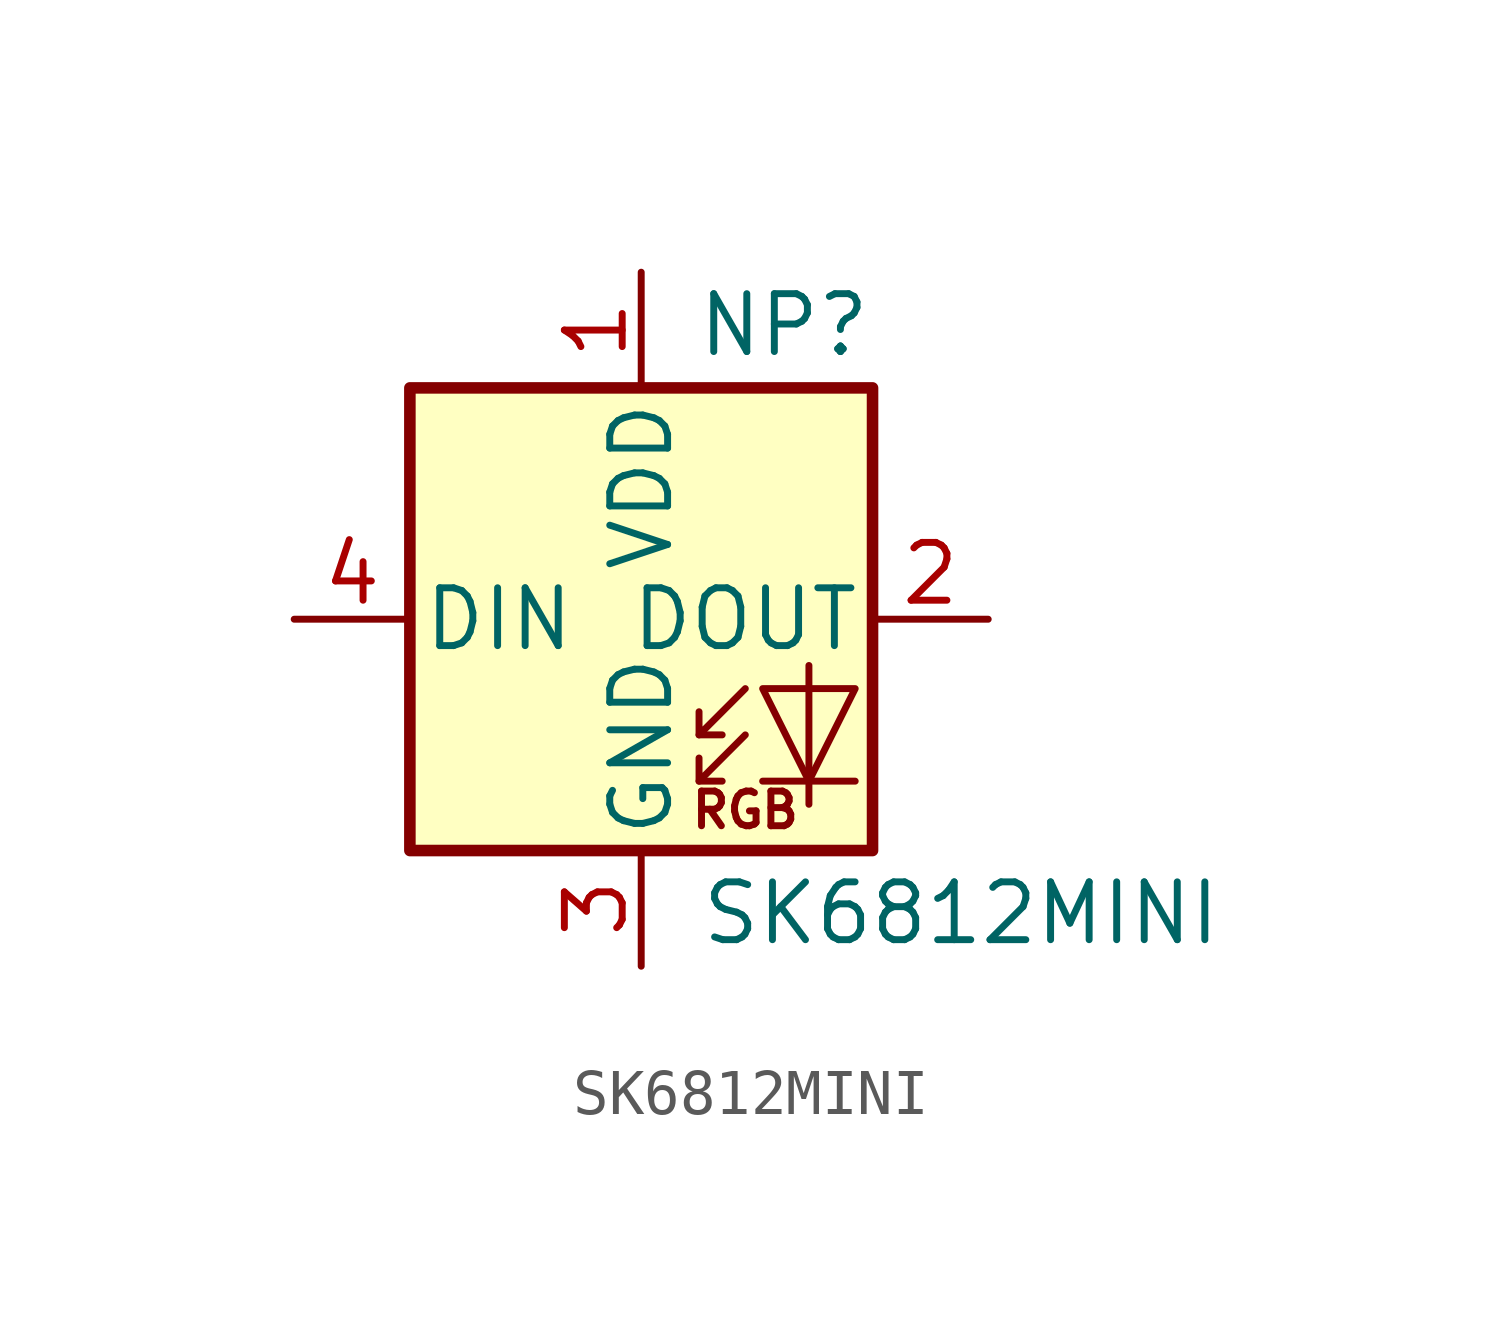
<source format=kicad_sym>
(kicad_symbol_lib
  (version 20231120)
  (generator "kicad_symbol_editor")
  (generator_version "8.0")
  (symbol "SK6812MINI"
    (pin_names
      (offset 0.254))
    (property "Reference" "NP"
      (at 5.08 5.715 0)
      (effects (font (size 1.27 1.27)) (justify right bottom)))
    (property "Value" "SK6812MINI"
      (at 1.27 -5.715 0)
      (effects (font (size 1.27 1.27)) (justify left top)))
    (symbol "SK6812MINI_0_0"
      (text "RGB" (at 2.286 -4.191 0) (effects (font (size 0.762 0.762)))))
    (symbol "SK6812MINI_0_1"
      (rectangle (start -5.08 5.08) (end 5.08 -5.08) (stroke (width 0.254) (type default)) (fill (type background)))
      (polyline (pts (xy 1.27 -3.556) (xy 1.778 -3.556)) (stroke (width 0) (type default)) (fill (type none)))
      (polyline (pts (xy 1.27 -2.54) (xy 1.778 -2.54)) (stroke (width 0) (type default)) (fill (type none)))
      (polyline (pts (xy 4.699 -3.556) (xy 2.667 -3.556)) (stroke (width 0) (type default)) (fill (type none)))
      (polyline (pts (xy 2.286 -2.54) (xy 1.27 -3.556) (xy 1.27 -3.048)) (stroke (width 0) (type default)) (fill (type none)))
      (polyline (pts (xy 2.286 -1.524) (xy 1.27 -2.54) (xy 1.27 -2.032)) (stroke (width 0) (type default)) (fill (type none)))
      (polyline (pts (xy 3.683 -1.016) (xy 3.683 -3.556) (xy 3.683 -4.064)) (stroke (width 0) (type default)) (fill (type none)))
      (polyline (pts (xy 4.699 -1.524) (xy 2.667 -1.524) (xy 3.683 -3.556) (xy 4.699 -1.524)) (stroke (width 0) (type default)) (fill (type none))))
    (symbol "SK6812MINI_1_1"
      (pin power_in line (at 0 7.62 270) (length 2.54) (name "VDD" (effects (font (size 1.27 1.27)))) (number "1" (effects (font (size 1.27 1.27)))))
      (pin output line (at 7.62 0 180) (length 2.54) (name "DOUT" (effects (font (size 1.27 1.27)))) (number "2" (effects (font (size 1.27 1.27)))))
      (pin power_in line (at 0 -7.62 90) (length 2.54) (name "GND" (effects (font (size 1.27 1.27)))) (number "3" (effects (font (size 1.27 1.27)))))
      (pin input line (at -7.62 0 0) (length 2.54) (name "DIN" (effects (font (size 1.27 1.27)))) (number "4" (effects (font (size 1.27 1.27))))))))
</source>
